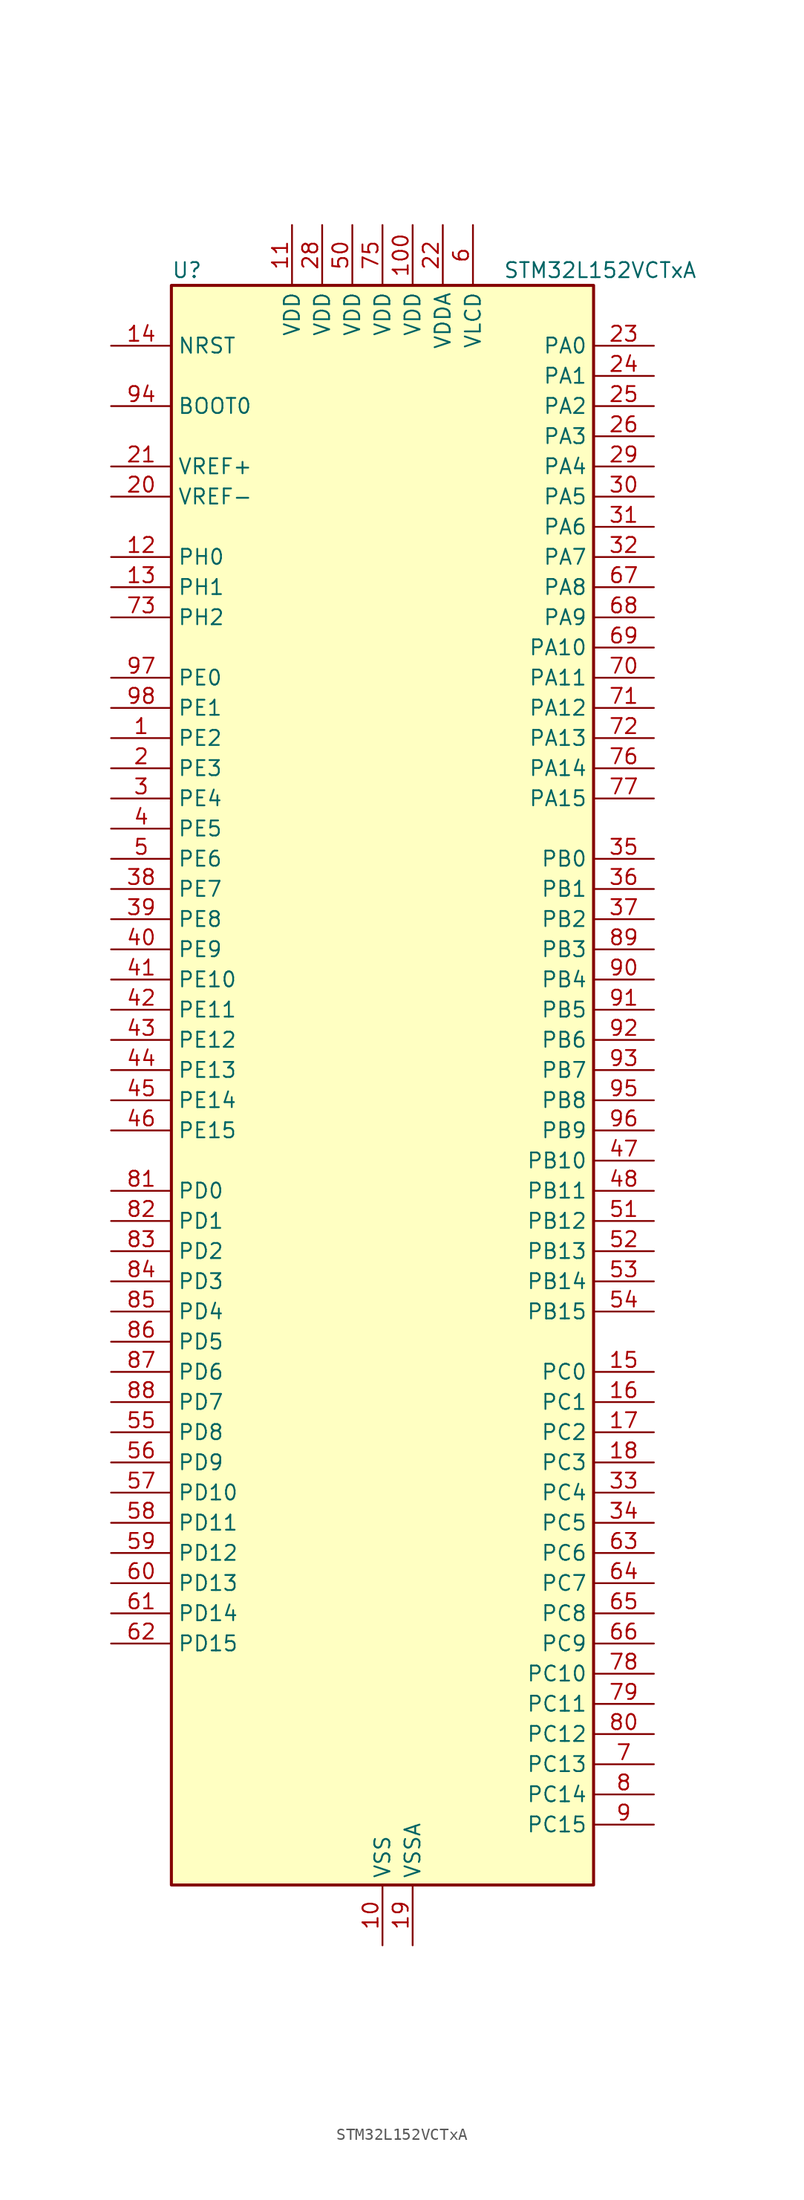
<source format=kicad_sym>
(kicad_symbol_lib
  (version 20241209)
  (generator "kicad_symbol_editor")
  (generator_version "9.0")
  (symbol "STM32L152VCTxA"
    (property "Reference" "U"
      (at -17.78 69.85 0)
      (effects (font (size 1.27 1.27)) (justify left)))
    (property "Value" "STM32L152VCTxA"
      (at 10.16 69.85 0)
      (effects (font (size 1.27 1.27)) (justify left)))
    (symbol "STM32L152VCTxA_0_1"
      (rectangle (start -17.78 -66.04) (end 17.78 68.58) (stroke (width 0.254) (type default)) (fill (type background))))
    (symbol "STM32L152VCTxA_1_1"
      (pin input line (at -22.86 63.5 0) (length 5.08) (name "NRST" (effects (font (size 1.27 1.27)))) (number "14" (effects (font (size 1.27 1.27)))))
      (pin input line (at -22.86 58.42 0) (length 5.08) (name "BOOT0" (effects (font (size 1.27 1.27)))) (number "94" (effects (font (size 1.27 1.27)))))
      (pin input line (at -22.86 53.34 0) (length 5.08) (name "VREF+" (effects (font (size 1.27 1.27)))) (number "21" (effects (font (size 1.27 1.27)))))
      (pin input line (at -22.86 50.8 0) (length 5.08) (name "VREF-" (effects (font (size 1.27 1.27)))) (number "20" (effects (font (size 1.27 1.27)))))
      (pin bidirectional line (at -22.86 45.72 0) (length 5.08) (name "PH0" (effects (font (size 1.27 1.27)))) (number "12" (effects (font (size 1.27 1.27)))) (alternate "RCC_OSC_IN" bidirectional line))
      (pin bidirectional line (at -22.86 43.18 0) (length 5.08) (name "PH1" (effects (font (size 1.27 1.27)))) (number "13" (effects (font (size 1.27 1.27)))) (alternate "RCC_OSC_OUT" bidirectional line))
      (pin bidirectional line (at -22.86 40.64 0) (length 5.08) (name "PH2" (effects (font (size 1.27 1.27)))) (number "73" (effects (font (size 1.27 1.27)))))
      (pin bidirectional line (at -22.86 35.56 0) (length 5.08) (name "PE0" (effects (font (size 1.27 1.27)))) (number "97" (effects (font (size 1.27 1.27)))) (alternate "LCD_SEG36" bidirectional line) (alternate "TIM10_CH1" bidirectional line) (alternate "TIM4_ETR" bidirectional line) (alternate "TIMX_IC1" bidirectional line))
      (pin bidirectional line (at -22.86 33.02 0) (length 5.08) (name "PE1" (effects (font (size 1.27 1.27)))) (number "98" (effects (font (size 1.27 1.27)))) (alternate "LCD_SEG37" bidirectional line) (alternate "TIM11_CH1" bidirectional line) (alternate "TIMX_IC2" bidirectional line))
      (pin bidirectional line (at -22.86 30.48 0) (length 5.08) (name "PE2" (effects (font (size 1.27 1.27)))) (number "1" (effects (font (size 1.27 1.27)))) (alternate "LCD_SEG38" bidirectional line) (alternate "SYS_TRACECK" bidirectional line) (alternate "TIM3_ETR" bidirectional line) (alternate "TIMX_IC3" bidirectional line))
      (pin bidirectional line (at -22.86 27.94 0) (length 5.08) (name "PE3" (effects (font (size 1.27 1.27)))) (number "2" (effects (font (size 1.27 1.27)))) (alternate "LCD_SEG39" bidirectional line) (alternate "SYS_TRACED0" bidirectional line) (alternate "TIM3_CH1" bidirectional line) (alternate "TIMX_IC4" bidirectional line))
      (pin bidirectional line (at -22.86 25.4 0) (length 5.08) (name "PE4" (effects (font (size 1.27 1.27)))) (number "3" (effects (font (size 1.27 1.27)))) (alternate "SYS_TRACED1" bidirectional line) (alternate "TIM3_CH2" bidirectional line) (alternate "TIMX_IC1" bidirectional line))
      (pin bidirectional line (at -22.86 22.86 0) (length 5.08) (name "PE5" (effects (font (size 1.27 1.27)))) (number "4" (effects (font (size 1.27 1.27)))) (alternate "SYS_TRACED2" bidirectional line) (alternate "TIM9_CH1" bidirectional line) (alternate "TIMX_IC2" bidirectional line))
      (pin bidirectional line (at -22.86 20.32 0) (length 5.08) (name "PE6" (effects (font (size 1.27 1.27)))) (number "5" (effects (font (size 1.27 1.27)))) (alternate "RTC_TAMP3" bidirectional line) (alternate "SYS_TRACED3" bidirectional line) (alternate "SYS_WKUP3" bidirectional line) (alternate "TIM9_CH2" bidirectional line) (alternate "TIMX_IC3" bidirectional line))
      (pin bidirectional line (at -22.86 17.78 0) (length 5.08) (name "PE7" (effects (font (size 1.27 1.27)))) (number "38" (effects (font (size 1.27 1.27)))) (alternate "ADC_IN22" bidirectional line) (alternate "COMP1_INP" bidirectional line) (alternate "TIMX_IC4" bidirectional line))
      (pin bidirectional line (at -22.86 15.24 0) (length 5.08) (name "PE8" (effects (font (size 1.27 1.27)))) (number "39" (effects (font (size 1.27 1.27)))) (alternate "ADC_IN23" bidirectional line) (alternate "COMP1_INP" bidirectional line) (alternate "TIMX_IC1" bidirectional line))
      (pin bidirectional line (at -22.86 12.7 0) (length 5.08) (name "PE9" (effects (font (size 1.27 1.27)))) (number "40" (effects (font (size 1.27 1.27)))) (alternate "ADC_IN24" bidirectional line) (alternate "COMP1_INP" bidirectional line) (alternate "DAC_EXTI9" bidirectional line) (alternate "TIM2_CH1" bidirectional line) (alternate "TIM2_ETR" bidirectional line) (alternate "TIMX_IC2" bidirectional line))
      (pin bidirectional line (at -22.86 10.16 0) (length 5.08) (name "PE10" (effects (font (size 1.27 1.27)))) (number "41" (effects (font (size 1.27 1.27)))) (alternate "ADC_IN25" bidirectional line) (alternate "COMP1_INP" bidirectional line) (alternate "TIM2_CH2" bidirectional line) (alternate "TIMX_IC3" bidirectional line))
      (pin bidirectional line (at -22.86 7.62 0) (length 5.08) (name "PE11" (effects (font (size 1.27 1.27)))) (number "42" (effects (font (size 1.27 1.27)))) (alternate "ADC_EXTI11" bidirectional line) (alternate "TIM2_CH3" bidirectional line) (alternate "TIMX_IC4" bidirectional line))
      (pin bidirectional line (at -22.86 5.08 0) (length 5.08) (name "PE12" (effects (font (size 1.27 1.27)))) (number "43" (effects (font (size 1.27 1.27)))) (alternate "SPI1_NSS" bidirectional line) (alternate "TIM2_CH4" bidirectional line) (alternate "TIMX_IC1" bidirectional line))
      (pin bidirectional line (at -22.86 2.54 0) (length 5.08) (name "PE13" (effects (font (size 1.27 1.27)))) (number "44" (effects (font (size 1.27 1.27)))) (alternate "SPI1_SCK" bidirectional line) (alternate "TIMX_IC2" bidirectional line))
      (pin bidirectional line (at -22.86 0 0) (length 5.08) (name "PE14" (effects (font (size 1.27 1.27)))) (number "45" (effects (font (size 1.27 1.27)))) (alternate "SPI1_MISO" bidirectional line) (alternate "TIMX_IC3" bidirectional line))
      (pin bidirectional line (at -22.86 -2.54 0) (length 5.08) (name "PE15" (effects (font (size 1.27 1.27)))) (number "46" (effects (font (size 1.27 1.27)))) (alternate "ADC_EXTI15" bidirectional line) (alternate "SPI1_MOSI" bidirectional line) (alternate "TIMX_IC4" bidirectional line))
      (pin bidirectional line (at -22.86 -7.62 0) (length 5.08) (name "PD0" (effects (font (size 1.27 1.27)))) (number "81" (effects (font (size 1.27 1.27)))) (alternate "I2S2_WS" bidirectional line) (alternate "SPI2_NSS" bidirectional line) (alternate "TIM9_CH1" bidirectional line) (alternate "TIMX_IC1" bidirectional line))
      (pin bidirectional line (at -22.86 -10.16 0) (length 5.08) (name "PD1" (effects (font (size 1.27 1.27)))) (number "82" (effects (font (size 1.27 1.27)))) (alternate "I2S2_CK" bidirectional line) (alternate "SPI2_SCK" bidirectional line) (alternate "TIMX_IC2" bidirectional line))
      (pin bidirectional line (at -22.86 -12.7 0) (length 5.08) (name "PD2" (effects (font (size 1.27 1.27)))) (number "83" (effects (font (size 1.27 1.27)))) (alternate "LCD_COM7" bidirectional line) (alternate "LCD_SEG31" bidirectional line) (alternate "LCD_SEG43" bidirectional line) (alternate "TIM3_ETR" bidirectional line) (alternate "TIMX_IC3" bidirectional line))
      (pin bidirectional line (at -22.86 -15.24 0) (length 5.08) (name "PD3" (effects (font (size 1.27 1.27)))) (number "84" (effects (font (size 1.27 1.27)))) (alternate "SPI2_MISO" bidirectional line) (alternate "TIMX_IC4" bidirectional line) (alternate "USART2_CTS" bidirectional line))
      (pin bidirectional line (at -22.86 -17.78 0) (length 5.08) (name "PD4" (effects (font (size 1.27 1.27)))) (number "85" (effects (font (size 1.27 1.27)))) (alternate "I2S2_SD" bidirectional line) (alternate "SPI2_MOSI" bidirectional line) (alternate "TIMX_IC1" bidirectional line) (alternate "USART2_RTS" bidirectional line))
      (pin bidirectional line (at -22.86 -20.32 0) (length 5.08) (name "PD5" (effects (font (size 1.27 1.27)))) (number "86" (effects (font (size 1.27 1.27)))) (alternate "TIMX_IC2" bidirectional line) (alternate "USART2_TX" bidirectional line))
      (pin bidirectional line (at -22.86 -22.86 0) (length 5.08) (name "PD6" (effects (font (size 1.27 1.27)))) (number "87" (effects (font (size 1.27 1.27)))) (alternate "TIMX_IC3" bidirectional line) (alternate "USART2_RX" bidirectional line))
      (pin bidirectional line (at -22.86 -25.4 0) (length 5.08) (name "PD7" (effects (font (size 1.27 1.27)))) (number "88" (effects (font (size 1.27 1.27)))) (alternate "TIM9_CH2" bidirectional line) (alternate "TIMX_IC4" bidirectional line) (alternate "USART2_CK" bidirectional line))
      (pin bidirectional line (at -22.86 -27.94 0) (length 5.08) (name "PD8" (effects (font (size 1.27 1.27)))) (number "55" (effects (font (size 1.27 1.27)))) (alternate "LCD_SEG28" bidirectional line) (alternate "TIMX_IC1" bidirectional line) (alternate "USART3_TX" bidirectional line))
      (pin bidirectional line (at -22.86 -30.48 0) (length 5.08) (name "PD9" (effects (font (size 1.27 1.27)))) (number "56" (effects (font (size 1.27 1.27)))) (alternate "DAC_EXTI9" bidirectional line) (alternate "LCD_SEG29" bidirectional line) (alternate "TIMX_IC2" bidirectional line) (alternate "USART3_RX" bidirectional line))
      (pin bidirectional line (at -22.86 -33.02 0) (length 5.08) (name "PD10" (effects (font (size 1.27 1.27)))) (number "57" (effects (font (size 1.27 1.27)))) (alternate "LCD_SEG30" bidirectional line) (alternate "TIMX_IC3" bidirectional line) (alternate "USART3_CK" bidirectional line))
      (pin bidirectional line (at -22.86 -35.56 0) (length 5.08) (name "PD11" (effects (font (size 1.27 1.27)))) (number "58" (effects (font (size 1.27 1.27)))) (alternate "ADC_EXTI11" bidirectional line) (alternate "LCD_SEG31" bidirectional line) (alternate "TIMX_IC4" bidirectional line) (alternate "USART3_CTS" bidirectional line))
      (pin bidirectional line (at -22.86 -38.1 0) (length 5.08) (name "PD12" (effects (font (size 1.27 1.27)))) (number "59" (effects (font (size 1.27 1.27)))) (alternate "LCD_SEG32" bidirectional line) (alternate "TIM4_CH1" bidirectional line) (alternate "TIMX_IC1" bidirectional line) (alternate "USART3_RTS" bidirectional line))
      (pin bidirectional line (at -22.86 -40.64 0) (length 5.08) (name "PD13" (effects (font (size 1.27 1.27)))) (number "60" (effects (font (size 1.27 1.27)))) (alternate "LCD_SEG33" bidirectional line) (alternate "TIM4_CH2" bidirectional line) (alternate "TIMX_IC2" bidirectional line))
      (pin bidirectional line (at -22.86 -43.18 0) (length 5.08) (name "PD14" (effects (font (size 1.27 1.27)))) (number "61" (effects (font (size 1.27 1.27)))) (alternate "LCD_SEG34" bidirectional line) (alternate "TIM4_CH3" bidirectional line) (alternate "TIMX_IC3" bidirectional line))
      (pin bidirectional line (at -22.86 -45.72 0) (length 5.08) (name "PD15" (effects (font (size 1.27 1.27)))) (number "62" (effects (font (size 1.27 1.27)))) (alternate "ADC_EXTI15" bidirectional line) (alternate "LCD_SEG35" bidirectional line) (alternate "TIM4_CH4" bidirectional line) (alternate "TIMX_IC4" bidirectional line))
      (pin power_in line (at -7.62 73.66 270) (length 5.08) (name "VDD" (effects (font (size 1.27 1.27)))) (number "11" (effects (font (size 1.27 1.27)))))
      (pin power_in line (at -5.08 73.66 270) (length 5.08) (name "VDD" (effects (font (size 1.27 1.27)))) (number "28" (effects (font (size 1.27 1.27)))))
      (pin power_in line (at -2.54 73.66 270) (length 5.08) (name "VDD" (effects (font (size 1.27 1.27)))) (number "50" (effects (font (size 1.27 1.27)))))
      (pin power_in line (at 0 73.66 270) (length 5.08) (name "VDD" (effects (font (size 1.27 1.27)))) (number "75" (effects (font (size 1.27 1.27)))))
      (pin power_in line (at 0 -71.12 90) (length 5.08) (name "VSS" (effects (font (size 1.27 1.27)))) (number "10" (effects (font (size 1.27 1.27)))))
      (pin passive line (at 0 -71.12 90) (length 5.08) (hide yes) (name "VSS" (effects (font (size 1.27 1.27)))) (number "27" (effects (font (size 1.27 1.27)))))
      (pin passive line (at 0 -71.12 90) (length 5.08) (hide yes) (name "VSS" (effects (font (size 1.27 1.27)))) (number "49" (effects (font (size 1.27 1.27)))))
      (pin passive line (at 0 -71.12 90) (length 5.08) (hide yes) (name "VSS" (effects (font (size 1.27 1.27)))) (number "74" (effects (font (size 1.27 1.27)))))
      (pin passive line (at 0 -71.12 90) (length 5.08) (hide yes) (name "VSS" (effects (font (size 1.27 1.27)))) (number "99" (effects (font (size 1.27 1.27)))))
      (pin power_in line (at 2.54 73.66 270) (length 5.08) (name "VDD" (effects (font (size 1.27 1.27)))) (number "100" (effects (font (size 1.27 1.27)))))
      (pin power_in line (at 2.54 -71.12 90) (length 5.08) (name "VSSA" (effects (font (size 1.27 1.27)))) (number "19" (effects (font (size 1.27 1.27)))))
      (pin power_in line (at 5.08 73.66 270) (length 5.08) (name "VDDA" (effects (font (size 1.27 1.27)))) (number "22" (effects (font (size 1.27 1.27)))))
      (pin power_in line (at 7.62 73.66 270) (length 5.08) (name "VLCD" (effects (font (size 1.27 1.27)))) (number "6" (effects (font (size 1.27 1.27)))))
      (pin bidirectional line (at 22.86 63.5 180) (length 5.08) (name "PA0" (effects (font (size 1.27 1.27)))) (number "23" (effects (font (size 1.27 1.27)))) (alternate "ADC_IN0" bidirectional line) (alternate "COMP1_INP" bidirectional line) (alternate "RTC_TAMP2" bidirectional line) (alternate "SYS_WKUP1" bidirectional line) (alternate "TIM2_CH1" bidirectional line) (alternate "TIM2_ETR" bidirectional line) (alternate "TIM5_CH1" bidirectional line) (alternate "TIMX_IC1" bidirectional line) (alternate "TS_G1_IO1" bidirectional line) (alternate "USART2_CTS" bidirectional line))
      (pin bidirectional line (at 22.86 60.96 180) (length 5.08) (name "PA1" (effects (font (size 1.27 1.27)))) (number "24" (effects (font (size 1.27 1.27)))) (alternate "ADC_IN1" bidirectional line) (alternate "COMP1_INP" bidirectional line) (alternate "LCD_SEG0" bidirectional line) (alternate "OPAMP1_VINP" bidirectional line) (alternate "TIM2_CH2" bidirectional line) (alternate "TIM5_CH2" bidirectional line) (alternate "TIMX_IC2" bidirectional line) (alternate "TS_G1_IO2" bidirectional line) (alternate "USART2_RTS" bidirectional line))
      (pin bidirectional line (at 22.86 58.42 180) (length 5.08) (name "PA2" (effects (font (size 1.27 1.27)))) (number "25" (effects (font (size 1.27 1.27)))) (alternate "ADC_IN2" bidirectional line) (alternate "COMP1_INP" bidirectional line) (alternate "LCD_SEG1" bidirectional line) (alternate "OPAMP1_VINM" bidirectional line) (alternate "TIM2_CH3" bidirectional line) (alternate "TIM5_CH3" bidirectional line) (alternate "TIM9_CH1" bidirectional line) (alternate "TIMX_IC3" bidirectional line) (alternate "TS_G1_IO3" bidirectional line) (alternate "USART2_TX" bidirectional line))
      (pin bidirectional line (at 22.86 55.88 180) (length 5.08) (name "PA3" (effects (font (size 1.27 1.27)))) (number "26" (effects (font (size 1.27 1.27)))) (alternate "ADC_IN3" bidirectional line) (alternate "COMP1_INP" bidirectional line) (alternate "LCD_SEG2" bidirectional line) (alternate "OPAMP1_VOUT" bidirectional line) (alternate "TIM2_CH4" bidirectional line) (alternate "TIM5_CH4" bidirectional line) (alternate "TIM9_CH2" bidirectional line) (alternate "TIMX_IC4" bidirectional line) (alternate "TS_G1_IO4" bidirectional line) (alternate "USART2_RX" bidirectional line))
      (pin bidirectional line (at 22.86 53.34 180) (length 5.08) (name "PA4" (effects (font (size 1.27 1.27)))) (number "29" (effects (font (size 1.27 1.27)))) (alternate "ADC_IN4" bidirectional line) (alternate "COMP1_INP" bidirectional line) (alternate "DAC_OUT1" bidirectional line) (alternate "I2S3_WS" bidirectional line) (alternate "SPI1_NSS" bidirectional line) (alternate "SPI3_NSS" bidirectional line) (alternate "TIMX_IC1" bidirectional line) (alternate "USART2_CK" bidirectional line))
      (pin bidirectional line (at 22.86 50.8 180) (length 5.08) (name "PA5" (effects (font (size 1.27 1.27)))) (number "30" (effects (font (size 1.27 1.27)))) (alternate "ADC_IN5" bidirectional line) (alternate "COMP1_INP" bidirectional line) (alternate "DAC_OUT2" bidirectional line) (alternate "SPI1_SCK" bidirectional line) (alternate "TIM2_CH1" bidirectional line) (alternate "TIM2_ETR" bidirectional line) (alternate "TIMX_IC2" bidirectional line))
      (pin bidirectional line (at 22.86 48.26 180) (length 5.08) (name "PA6" (effects (font (size 1.27 1.27)))) (number "31" (effects (font (size 1.27 1.27)))) (alternate "ADC_IN6" bidirectional line) (alternate "COMP1_INP" bidirectional line) (alternate "LCD_SEG3" bidirectional line) (alternate "OPAMP2_VINP" bidirectional line) (alternate "SPI1_MISO" bidirectional line) (alternate "TIM10_CH1" bidirectional line) (alternate "TIM3_CH1" bidirectional line) (alternate "TIMX_IC3" bidirectional line) (alternate "TS_G2_IO1" bidirectional line))
      (pin bidirectional line (at 22.86 45.72 180) (length 5.08) (name "PA7" (effects (font (size 1.27 1.27)))) (number "32" (effects (font (size 1.27 1.27)))) (alternate "ADC_IN7" bidirectional line) (alternate "COMP1_INP" bidirectional line) (alternate "LCD_SEG4" bidirectional line) (alternate "OPAMP2_VINM" bidirectional line) (alternate "SPI1_MOSI" bidirectional line) (alternate "TIM11_CH1" bidirectional line) (alternate "TIM3_CH2" bidirectional line) (alternate "TIMX_IC4" bidirectional line) (alternate "TS_G2_IO2" bidirectional line))
      (pin bidirectional line (at 22.86 43.18 180) (length 5.08) (name "PA8" (effects (font (size 1.27 1.27)))) (number "67" (effects (font (size 1.27 1.27)))) (alternate "LCD_COM0" bidirectional line) (alternate "RCC_MCO" bidirectional line) (alternate "TIMX_IC1" bidirectional line) (alternate "TS_G4_IO1" bidirectional line) (alternate "USART1_CK" bidirectional line))
      (pin bidirectional line (at 22.86 40.64 180) (length 5.08) (name "PA9" (effects (font (size 1.27 1.27)))) (number "68" (effects (font (size 1.27 1.27)))) (alternate "DAC_EXTI9" bidirectional line) (alternate "LCD_COM1" bidirectional line) (alternate "TIMX_IC2" bidirectional line) (alternate "TS_G4_IO2" bidirectional line) (alternate "USART1_TX" bidirectional line))
      (pin bidirectional line (at 22.86 38.1 180) (length 5.08) (name "PA10" (effects (font (size 1.27 1.27)))) (number "69" (effects (font (size 1.27 1.27)))) (alternate "LCD_COM2" bidirectional line) (alternate "TIMX_IC3" bidirectional line) (alternate "TS_G4_IO3" bidirectional line) (alternate "USART1_RX" bidirectional line))
      (pin bidirectional line (at 22.86 35.56 180) (length 5.08) (name "PA11" (effects (font (size 1.27 1.27)))) (number "70" (effects (font (size 1.27 1.27)))) (alternate "ADC_EXTI11" bidirectional line) (alternate "SPI1_MISO" bidirectional line) (alternate "TIMX_IC4" bidirectional line) (alternate "USART1_CTS" bidirectional line) (alternate "USB_DM" bidirectional line))
      (pin bidirectional line (at 22.86 33.02 180) (length 5.08) (name "PA12" (effects (font (size 1.27 1.27)))) (number "71" (effects (font (size 1.27 1.27)))) (alternate "SPI1_MOSI" bidirectional line) (alternate "TIMX_IC1" bidirectional line) (alternate "USART1_RTS" bidirectional line) (alternate "USB_DP" bidirectional line))
      (pin bidirectional line (at 22.86 30.48 180) (length 5.08) (name "PA13" (effects (font (size 1.27 1.27)))) (number "72" (effects (font (size 1.27 1.27)))) (alternate "SYS_JTMS-SWDIO" bidirectional line) (alternate "TIMX_IC2" bidirectional line) (alternate "TS_G5_IO1" bidirectional line))
      (pin bidirectional line (at 22.86 27.94 180) (length 5.08) (name "PA14" (effects (font (size 1.27 1.27)))) (number "76" (effects (font (size 1.27 1.27)))) (alternate "SYS_JTCK-SWCLK" bidirectional line) (alternate "TIMX_IC3" bidirectional line) (alternate "TS_G5_IO2" bidirectional line))
      (pin bidirectional line (at 22.86 25.4 180) (length 5.08) (name "PA15" (effects (font (size 1.27 1.27)))) (number "77" (effects (font (size 1.27 1.27)))) (alternate "ADC_EXTI15" bidirectional line) (alternate "I2S3_WS" bidirectional line) (alternate "LCD_SEG17" bidirectional line) (alternate "SPI1_NSS" bidirectional line) (alternate "SPI3_NSS" bidirectional line) (alternate "SYS_JTDI" bidirectional line) (alternate "TIM2_CH1" bidirectional line) (alternate "TIM2_ETR" bidirectional line) (alternate "TIMX_IC4" bidirectional line) (alternate "TS_G5_IO3" bidirectional line))
      (pin bidirectional line (at 22.86 20.32 180) (length 5.08) (name "PB0" (effects (font (size 1.27 1.27)))) (number "35" (effects (font (size 1.27 1.27)))) (alternate "ADC_IN8" bidirectional line) (alternate "COMP1_INP" bidirectional line) (alternate "LCD_SEG5" bidirectional line) (alternate "OPAMP2_VOUT" bidirectional line) (alternate "SYS_V_REF_OUT" bidirectional line) (alternate "TIM3_CH3" bidirectional line) (alternate "TS_G3_IO1" bidirectional line))
      (pin bidirectional line (at 22.86 17.78 180) (length 5.08) (name "PB1" (effects (font (size 1.27 1.27)))) (number "36" (effects (font (size 1.27 1.27)))) (alternate "ADC_IN9" bidirectional line) (alternate "COMP1_INP" bidirectional line) (alternate "LCD_SEG6" bidirectional line) (alternate "SYS_V_REF_OUT" bidirectional line) (alternate "TIM3_CH4" bidirectional line) (alternate "TS_G3_IO2" bidirectional line))
      (pin bidirectional line (at 22.86 15.24 180) (length 5.08) (name "PB2" (effects (font (size 1.27 1.27)))) (number "37" (effects (font (size 1.27 1.27)))) (alternate "TS_G3_IO3" bidirectional line))
      (pin bidirectional line (at 22.86 12.7 180) (length 5.08) (name "PB3" (effects (font (size 1.27 1.27)))) (number "89" (effects (font (size 1.27 1.27)))) (alternate "COMP2_INM" bidirectional line) (alternate "I2S3_CK" bidirectional line) (alternate "LCD_SEG7" bidirectional line) (alternate "SPI1_SCK" bidirectional line) (alternate "SPI3_SCK" bidirectional line) (alternate "SYS_JTDO-TRACESWO" bidirectional line) (alternate "TIM2_CH2" bidirectional line))
      (pin bidirectional line (at 22.86 10.16 180) (length 5.08) (name "PB4" (effects (font (size 1.27 1.27)))) (number "90" (effects (font (size 1.27 1.27)))) (alternate "COMP2_INP" bidirectional line) (alternate "LCD_SEG8" bidirectional line) (alternate "SPI1_MISO" bidirectional line) (alternate "SPI3_MISO" bidirectional line) (alternate "SYS_JTRST" bidirectional line) (alternate "TIM3_CH1" bidirectional line) (alternate "TS_G6_IO1" bidirectional line))
      (pin bidirectional line (at 22.86 7.62 180) (length 5.08) (name "PB5" (effects (font (size 1.27 1.27)))) (number "91" (effects (font (size 1.27 1.27)))) (alternate "COMP2_INP" bidirectional line) (alternate "I2C1_SMBA" bidirectional line) (alternate "I2S3_SD" bidirectional line) (alternate "LCD_SEG9" bidirectional line) (alternate "SPI1_MOSI" bidirectional line) (alternate "SPI3_MOSI" bidirectional line) (alternate "TIM3_CH2" bidirectional line) (alternate "TS_G6_IO2" bidirectional line))
      (pin bidirectional line (at 22.86 5.08 180) (length 5.08) (name "PB6" (effects (font (size 1.27 1.27)))) (number "92" (effects (font (size 1.27 1.27)))) (alternate "COMP2_INP" bidirectional line) (alternate "I2C1_SCL" bidirectional line) (alternate "TIM4_CH1" bidirectional line) (alternate "TS_G6_IO3" bidirectional line) (alternate "USART1_TX" bidirectional line))
      (pin bidirectional line (at 22.86 2.54 180) (length 5.08) (name "PB7" (effects (font (size 1.27 1.27)))) (number "93" (effects (font (size 1.27 1.27)))) (alternate "COMP2_INP" bidirectional line) (alternate "I2C1_SDA" bidirectional line) (alternate "SYS_PVD_IN" bidirectional line) (alternate "TIM4_CH2" bidirectional line) (alternate "TS_G6_IO4" bidirectional line) (alternate "USART1_RX" bidirectional line))
      (pin bidirectional line (at 22.86 0 180) (length 5.08) (name "PB8" (effects (font (size 1.27 1.27)))) (number "95" (effects (font (size 1.27 1.27)))) (alternate "I2C1_SCL" bidirectional line) (alternate "LCD_SEG16" bidirectional line) (alternate "TIM10_CH1" bidirectional line) (alternate "TIM4_CH3" bidirectional line))
      (pin bidirectional line (at 22.86 -2.54 180) (length 5.08) (name "PB9" (effects (font (size 1.27 1.27)))) (number "96" (effects (font (size 1.27 1.27)))) (alternate "DAC_EXTI9" bidirectional line) (alternate "I2C1_SDA" bidirectional line) (alternate "LCD_COM3" bidirectional line) (alternate "TIM11_CH1" bidirectional line) (alternate "TIM4_CH4" bidirectional line))
      (pin bidirectional line (at 22.86 -5.08 180) (length 5.08) (name "PB10" (effects (font (size 1.27 1.27)))) (number "47" (effects (font (size 1.27 1.27)))) (alternate "I2C2_SCL" bidirectional line) (alternate "LCD_SEG10" bidirectional line) (alternate "TIM2_CH3" bidirectional line) (alternate "USART3_TX" bidirectional line))
      (pin bidirectional line (at 22.86 -7.62 180) (length 5.08) (name "PB11" (effects (font (size 1.27 1.27)))) (number "48" (effects (font (size 1.27 1.27)))) (alternate "ADC_EXTI11" bidirectional line) (alternate "I2C2_SDA" bidirectional line) (alternate "LCD_SEG11" bidirectional line) (alternate "TIM2_CH4" bidirectional line) (alternate "USART3_RX" bidirectional line))
      (pin bidirectional line (at 22.86 -10.16 180) (length 5.08) (name "PB12" (effects (font (size 1.27 1.27)))) (number "51" (effects (font (size 1.27 1.27)))) (alternate "ADC_IN18" bidirectional line) (alternate "COMP1_INP" bidirectional line) (alternate "I2C2_SMBA" bidirectional line) (alternate "I2S2_WS" bidirectional line) (alternate "LCD_SEG12" bidirectional line) (alternate "SPI2_NSS" bidirectional line) (alternate "TIM10_CH1" bidirectional line) (alternate "TS_G7_IO1" bidirectional line) (alternate "USART3_CK" bidirectional line))
      (pin bidirectional line (at 22.86 -12.7 180) (length 5.08) (name "PB13" (effects (font (size 1.27 1.27)))) (number "52" (effects (font (size 1.27 1.27)))) (alternate "ADC_IN19" bidirectional line) (alternate "COMP1_INP" bidirectional line) (alternate "I2S2_CK" bidirectional line) (alternate "LCD_SEG13" bidirectional line) (alternate "SPI2_SCK" bidirectional line) (alternate "TIM9_CH1" bidirectional line) (alternate "TS_G7_IO2" bidirectional line) (alternate "USART3_CTS" bidirectional line))
      (pin bidirectional line (at 22.86 -15.24 180) (length 5.08) (name "PB14" (effects (font (size 1.27 1.27)))) (number "53" (effects (font (size 1.27 1.27)))) (alternate "ADC_IN20" bidirectional line) (alternate "COMP1_INP" bidirectional line) (alternate "LCD_SEG14" bidirectional line) (alternate "SPI2_MISO" bidirectional line) (alternate "TIM9_CH2" bidirectional line) (alternate "TS_G7_IO3" bidirectional line) (alternate "USART3_RTS" bidirectional line))
      (pin bidirectional line (at 22.86 -17.78 180) (length 5.08) (name "PB15" (effects (font (size 1.27 1.27)))) (number "54" (effects (font (size 1.27 1.27)))) (alternate "ADC_EXTI15" bidirectional line) (alternate "ADC_IN21" bidirectional line) (alternate "COMP1_INP" bidirectional line) (alternate "I2S2_SD" bidirectional line) (alternate "LCD_SEG15" bidirectional line) (alternate "RTC_REFIN" bidirectional line) (alternate "SPI2_MOSI" bidirectional line) (alternate "TIM11_CH1" bidirectional line) (alternate "TS_G7_IO4" bidirectional line))
      (pin bidirectional line (at 22.86 -22.86 180) (length 5.08) (name "PC0" (effects (font (size 1.27 1.27)))) (number "15" (effects (font (size 1.27 1.27)))) (alternate "ADC_IN10" bidirectional line) (alternate "COMP1_INP" bidirectional line) (alternate "LCD_SEG18" bidirectional line) (alternate "TIMX_IC1" bidirectional line) (alternate "TS_G8_IO1" bidirectional line))
      (pin bidirectional line (at 22.86 -25.4 180) (length 5.08) (name "PC1" (effects (font (size 1.27 1.27)))) (number "16" (effects (font (size 1.27 1.27)))) (alternate "ADC_IN11" bidirectional line) (alternate "COMP1_INP" bidirectional line) (alternate "LCD_SEG19" bidirectional line) (alternate "TIMX_IC2" bidirectional line) (alternate "TS_G8_IO2" bidirectional line))
      (pin bidirectional line (at 22.86 -27.94 180) (length 5.08) (name "PC2" (effects (font (size 1.27 1.27)))) (number "17" (effects (font (size 1.27 1.27)))) (alternate "ADC_IN12" bidirectional line) (alternate "COMP1_INP" bidirectional line) (alternate "LCD_SEG20" bidirectional line) (alternate "TIMX_IC3" bidirectional line) (alternate "TS_G8_IO3" bidirectional line))
      (pin bidirectional line (at 22.86 -30.48 180) (length 5.08) (name "PC3" (effects (font (size 1.27 1.27)))) (number "18" (effects (font (size 1.27 1.27)))) (alternate "ADC_IN13" bidirectional line) (alternate "COMP1_INP" bidirectional line) (alternate "LCD_SEG21" bidirectional line) (alternate "TIMX_IC4" bidirectional line) (alternate "TS_G8_IO4" bidirectional line))
      (pin bidirectional line (at 22.86 -33.02 180) (length 5.08) (name "PC4" (effects (font (size 1.27 1.27)))) (number "33" (effects (font (size 1.27 1.27)))) (alternate "ADC_IN14" bidirectional line) (alternate "COMP1_INP" bidirectional line) (alternate "LCD_SEG22" bidirectional line) (alternate "TIMX_IC1" bidirectional line) (alternate "TS_G9_IO1" bidirectional line))
      (pin bidirectional line (at 22.86 -35.56 180) (length 5.08) (name "PC5" (effects (font (size 1.27 1.27)))) (number "34" (effects (font (size 1.27 1.27)))) (alternate "ADC_IN15" bidirectional line) (alternate "COMP1_INP" bidirectional line) (alternate "LCD_SEG23" bidirectional line) (alternate "TIMX_IC2" bidirectional line) (alternate "TS_G9_IO2" bidirectional line))
      (pin bidirectional line (at 22.86 -38.1 180) (length 5.08) (name "PC6" (effects (font (size 1.27 1.27)))) (number "63" (effects (font (size 1.27 1.27)))) (alternate "I2S2_MCK" bidirectional line) (alternate "LCD_SEG24" bidirectional line) (alternate "TIM3_CH1" bidirectional line) (alternate "TIMX_IC3" bidirectional line) (alternate "TS_G10_IO1" bidirectional line))
      (pin bidirectional line (at 22.86 -40.64 180) (length 5.08) (name "PC7" (effects (font (size 1.27 1.27)))) (number "64" (effects (font (size 1.27 1.27)))) (alternate "I2S3_MCK" bidirectional line) (alternate "LCD_SEG25" bidirectional line) (alternate "TIM3_CH2" bidirectional line) (alternate "TIMX_IC4" bidirectional line) (alternate "TS_G10_IO2" bidirectional line))
      (pin bidirectional line (at 22.86 -43.18 180) (length 5.08) (name "PC8" (effects (font (size 1.27 1.27)))) (number "65" (effects (font (size 1.27 1.27)))) (alternate "LCD_SEG26" bidirectional line) (alternate "TIM3_CH3" bidirectional line) (alternate "TIMX_IC1" bidirectional line) (alternate "TS_G10_IO3" bidirectional line))
      (pin bidirectional line (at 22.86 -45.72 180) (length 5.08) (name "PC9" (effects (font (size 1.27 1.27)))) (number "66" (effects (font (size 1.27 1.27)))) (alternate "DAC_EXTI9" bidirectional line) (alternate "LCD_SEG27" bidirectional line) (alternate "TIM3_CH4" bidirectional line) (alternate "TIMX_IC2" bidirectional line) (alternate "TS_G10_IO4" bidirectional line))
      (pin bidirectional line (at 22.86 -48.26 180) (length 5.08) (name "PC10" (effects (font (size 1.27 1.27)))) (number "78" (effects (font (size 1.27 1.27)))) (alternate "I2S3_CK" bidirectional line) (alternate "LCD_COM4" bidirectional line) (alternate "LCD_SEG28" bidirectional line) (alternate "LCD_SEG40" bidirectional line) (alternate "SPI3_SCK" bidirectional line) (alternate "TIMX_IC3" bidirectional line) (alternate "USART3_TX" bidirectional line))
      (pin bidirectional line (at 22.86 -50.8 180) (length 5.08) (name "PC11" (effects (font (size 1.27 1.27)))) (number "79" (effects (font (size 1.27 1.27)))) (alternate "ADC_EXTI11" bidirectional line) (alternate "LCD_COM5" bidirectional line) (alternate "LCD_SEG29" bidirectional line) (alternate "LCD_SEG41" bidirectional line) (alternate "SPI3_MISO" bidirectional line) (alternate "TIMX_IC4" bidirectional line) (alternate "USART3_RX" bidirectional line))
      (pin bidirectional line (at 22.86 -53.34 180) (length 5.08) (name "PC12" (effects (font (size 1.27 1.27)))) (number "80" (effects (font (size 1.27 1.27)))) (alternate "I2S3_SD" bidirectional line) (alternate "LCD_COM6" bidirectional line) (alternate "LCD_SEG30" bidirectional line) (alternate "LCD_SEG42" bidirectional line) (alternate "SPI3_MOSI" bidirectional line) (alternate "TIMX_IC1" bidirectional line) (alternate "USART3_CK" bidirectional line))
      (pin bidirectional line (at 22.86 -55.88 180) (length 5.08) (name "PC13" (effects (font (size 1.27 1.27)))) (number "7" (effects (font (size 1.27 1.27)))) (alternate "RTC_OUT_ALARM" bidirectional line) (alternate "RTC_OUT_CALIB" bidirectional line) (alternate "RTC_TAMP1" bidirectional line) (alternate "RTC_TS" bidirectional line) (alternate "SYS_WKUP2" bidirectional line) (alternate "TIMX_IC2" bidirectional line))
      (pin bidirectional line (at 22.86 -58.42 180) (length 5.08) (name "PC14" (effects (font (size 1.27 1.27)))) (number "8" (effects (font (size 1.27 1.27)))) (alternate "RCC_OSC32_IN" bidirectional line) (alternate "TIMX_IC3" bidirectional line))
      (pin bidirectional line (at 22.86 -60.96 180) (length 5.08) (name "PC15" (effects (font (size 1.27 1.27)))) (number "9" (effects (font (size 1.27 1.27)))) (alternate "ADC_EXTI15" bidirectional line) (alternate "RCC_OSC32_OUT" bidirectional line) (alternate "TIMX_IC4" bidirectional line)))))
</source>
